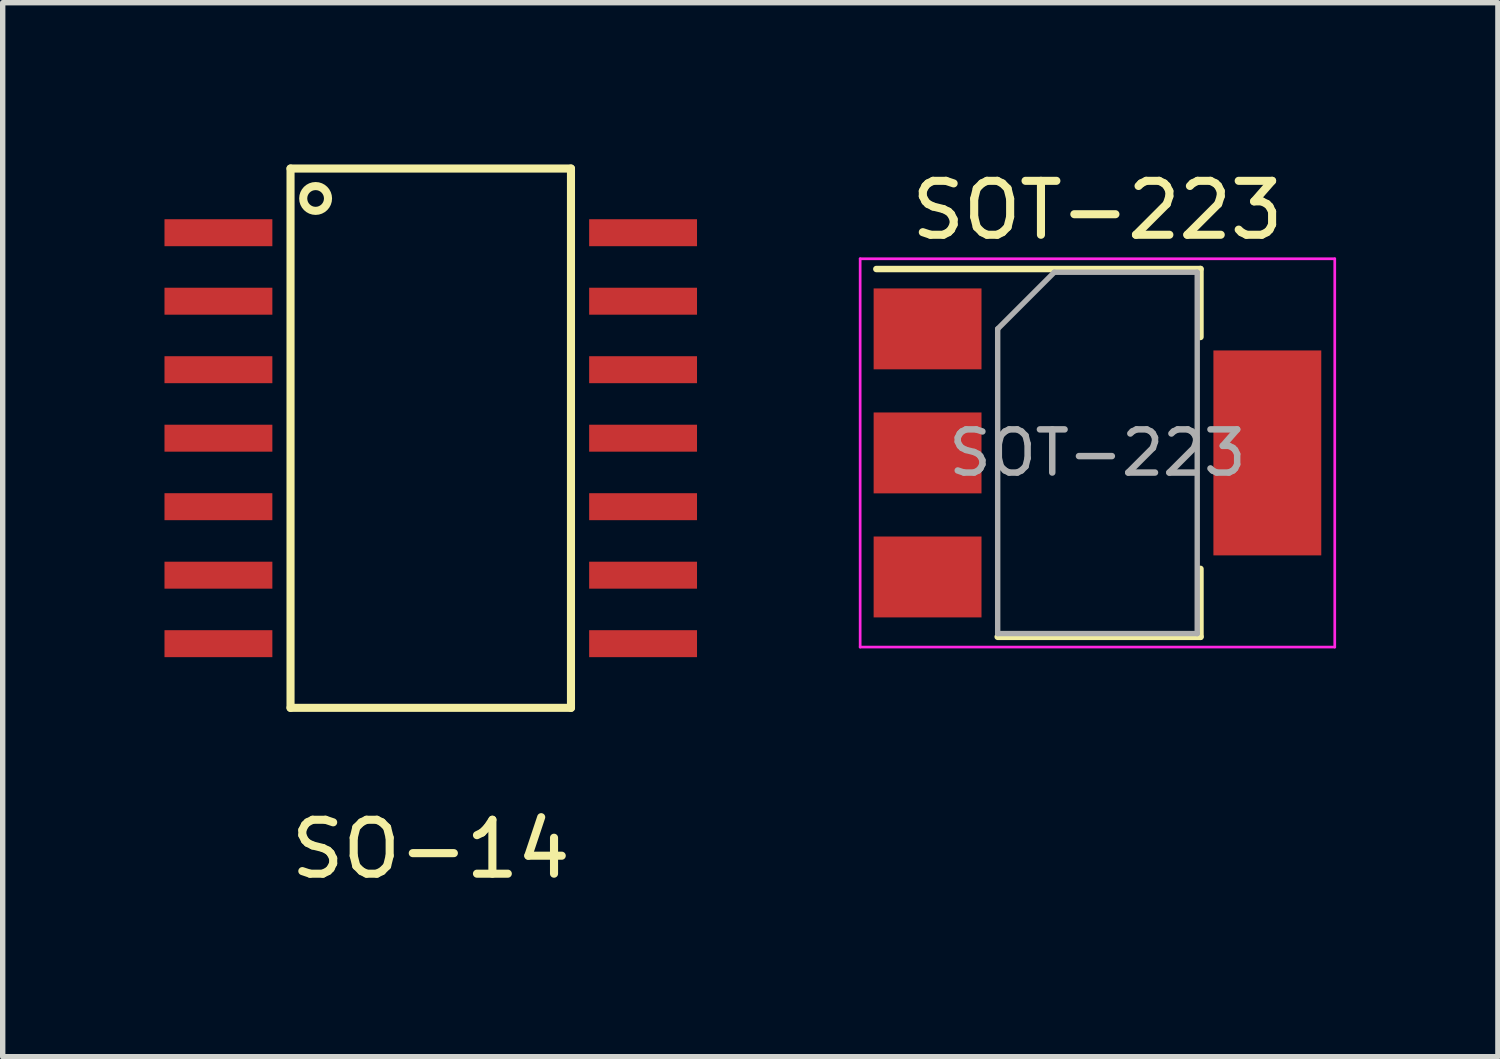
<source format=kicad_pcb>
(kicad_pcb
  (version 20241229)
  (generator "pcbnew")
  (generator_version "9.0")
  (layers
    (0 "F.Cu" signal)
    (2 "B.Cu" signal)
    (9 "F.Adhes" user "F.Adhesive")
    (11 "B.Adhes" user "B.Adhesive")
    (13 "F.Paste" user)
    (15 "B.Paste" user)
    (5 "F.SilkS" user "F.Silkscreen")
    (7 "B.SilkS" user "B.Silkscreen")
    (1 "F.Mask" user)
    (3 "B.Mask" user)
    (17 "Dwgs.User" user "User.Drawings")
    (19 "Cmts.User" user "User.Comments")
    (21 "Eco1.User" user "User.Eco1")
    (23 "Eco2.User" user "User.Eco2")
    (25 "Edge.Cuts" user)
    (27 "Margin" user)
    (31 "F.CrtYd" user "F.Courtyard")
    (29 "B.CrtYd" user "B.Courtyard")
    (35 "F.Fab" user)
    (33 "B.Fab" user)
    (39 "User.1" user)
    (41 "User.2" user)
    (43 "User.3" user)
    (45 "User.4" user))
  (footprint "SOT-223"
    (layer "F.Cu")
    (at 17.299 5.348)
    (property "Reference" "SOT-223" (at 0 -4.5 0) (layer "F.SilkS") (effects (font (size 1 1) (thickness 0.15))))
    (attr smd)
    (fp_line (start -4.1 -3.41) (end 1.91 -3.41) (stroke (width 0.12) (type solid)) (layer "F.SilkS"))
    (fp_line (start -1.85 3.41) (end 1.91 3.41) (stroke (width 0.12) (type solid)) (layer "F.SilkS"))
    (fp_line (start 1.91 -3.41) (end 1.91 -2.15) (stroke (width 0.12) (type solid)) (layer "F.SilkS"))
    (fp_line (start 1.91 3.41) (end 1.91 2.15) (stroke (width 0.12) (type solid)) (layer "F.SilkS"))
    (fp_line (start -4.4 -3.6) (end -4.4 3.6) (stroke (width 0.05) (type solid)) (layer "F.CrtYd"))
    (fp_line (start -4.4 3.6) (end 4.4 3.6) (stroke (width 0.05) (type solid)) (layer "F.CrtYd"))
    (fp_line (start 4.4 -3.6) (end -4.4 -3.6) (stroke (width 0.05) (type solid)) (layer "F.CrtYd"))
    (fp_line (start 4.4 3.6) (end 4.4 -3.6) (stroke (width 0.05) (type solid)) (layer "F.CrtYd"))
    (fp_line (start -1.85 -2.3) (end -1.85 3.35) (stroke (width 0.1) (type solid)) (layer "F.Fab"))
    (fp_line (start -1.85 -2.3) (end -0.8 -3.35) (stroke (width 0.1) (type solid)) (layer "F.Fab"))
    (fp_line (start -1.85 3.35) (end 1.85 3.35) (stroke (width 0.1) (type solid)) (layer "F.Fab"))
    (fp_line (start -0.8 -3.35) (end 1.85 -3.35) (stroke (width 0.1) (type solid)) (layer "F.Fab"))
    (fp_line (start 1.85 -3.35) (end 1.85 3.35) (stroke (width 0.1) (type solid)) (layer "F.Fab"))
    (fp_text user "${REFERENCE}" (at 0 0 0) (layer "F.Fab") (effects (font (size 0.8 0.8) (thickness 0.12))))
    (pad "" smd rect (at 3.15 0) (size 2 3.8) (layers "F.Cu" "F.Mask" "F.Paste"))
    (pad "GND" smd rect (at -3.15 0) (size 2 1.5) (layers "F.Cu" "F.Mask" "F.Paste"))
    (pad "VI" smd rect (at -3.15 -2.3) (size 2 1.5) (layers "F.Cu" "F.Mask" "F.Paste"))
    (pad "VO" smd rect (at -3.15 2.3) (size 2 1.5) (layers "F.Cu" "F.Mask" "F.Paste")))
  (footprint "SO-14"
    (layer "F.Cu")
    (at 4.937 5.075)
    (property "Reference" "SO-14" (at 0 7.62 0) (layer "F.SilkS") (effects (font (size 1 1) (thickness 0.15))))
    (attr through_hole)
    (fp_line (start -2.6 -5) (end 2.6 -5) (stroke (width 0.15) (type solid)) (layer "F.SilkS"))
    (fp_line (start -2.6 5) (end -2.6 -5) (stroke (width 0.15) (type solid)) (layer "F.SilkS"))
    (fp_line (start 2.6 -5) (end 2.6 5) (stroke (width 0.15) (type solid)) (layer "F.SilkS"))
    (fp_line (start 2.6 5) (end -2.6 5) (stroke (width 0.15) (type solid)) (layer "F.SilkS"))
    (fp_circle (center -2.135 -4.445) (end -1.905 -4.445) (stroke (width 0.15) (type solid)) (fill no) (layer "F.SilkS"))
    (pad "+5V" smd rect (at 3.937 -3.81) (size 2 0.5) (layers "F.Cu" "F.Mask" "F.Paste"))
    (pad "1" smd rect (at -3.937 -3.81) (size 2 0.5) (layers "F.Cu" "F.Mask" "F.Paste"))
    (pad "2" smd rect (at -3.937 -2.54) (size 2 0.5) (layers "F.Cu" "F.Mask" "F.Paste"))
    (pad "3" smd rect (at -3.937 -1.27) (size 2 0.5) (layers "F.Cu" "F.Mask" "F.Paste"))
    (pad "4" smd rect (at -3.937 0) (size 2 0.5) (layers "F.Cu" "F.Mask" "F.Paste"))
    (pad "5" smd rect (at -3.937 1.27) (size 2 0.5) (layers "F.Cu" "F.Mask" "F.Paste"))
    (pad "6" smd rect (at -3.937 2.54) (size 2 0.5) (layers "F.Cu" "F.Mask" "F.Paste"))
    (pad "8" smd rect (at 3.937 3.81) (size 2 0.5) (layers "F.Cu" "F.Mask" "F.Paste"))
    (pad "9" smd rect (at 3.937 2.54) (size 2 0.5) (layers "F.Cu" "F.Mask" "F.Paste"))
    (pad "10" smd rect (at 3.937 1.27) (size 2 0.5) (layers "F.Cu" "F.Mask" "F.Paste"))
    (pad "11" smd rect (at 3.937 0) (size 2 0.5) (layers "F.Cu" "F.Mask" "F.Paste"))
    (pad "12" smd rect (at 3.937 -1.27) (size 2 0.5) (layers "F.Cu" "F.Mask" "F.Paste"))
    (pad "13" smd rect (at 3.937 -2.54) (size 2 0.5) (layers "F.Cu" "F.Mask" "F.Paste"))
    (pad "GND" smd rect (at -3.937 3.81) (size 2 0.5) (layers "F.Cu" "F.Mask" "F.Paste")))
  (gr_rect
    (start -3 -3)
    (end 24.724 16.543)
    (stroke (width 0.1) (type default))
    (fill no)
    (layer "Edge.Cuts")))
</source>
